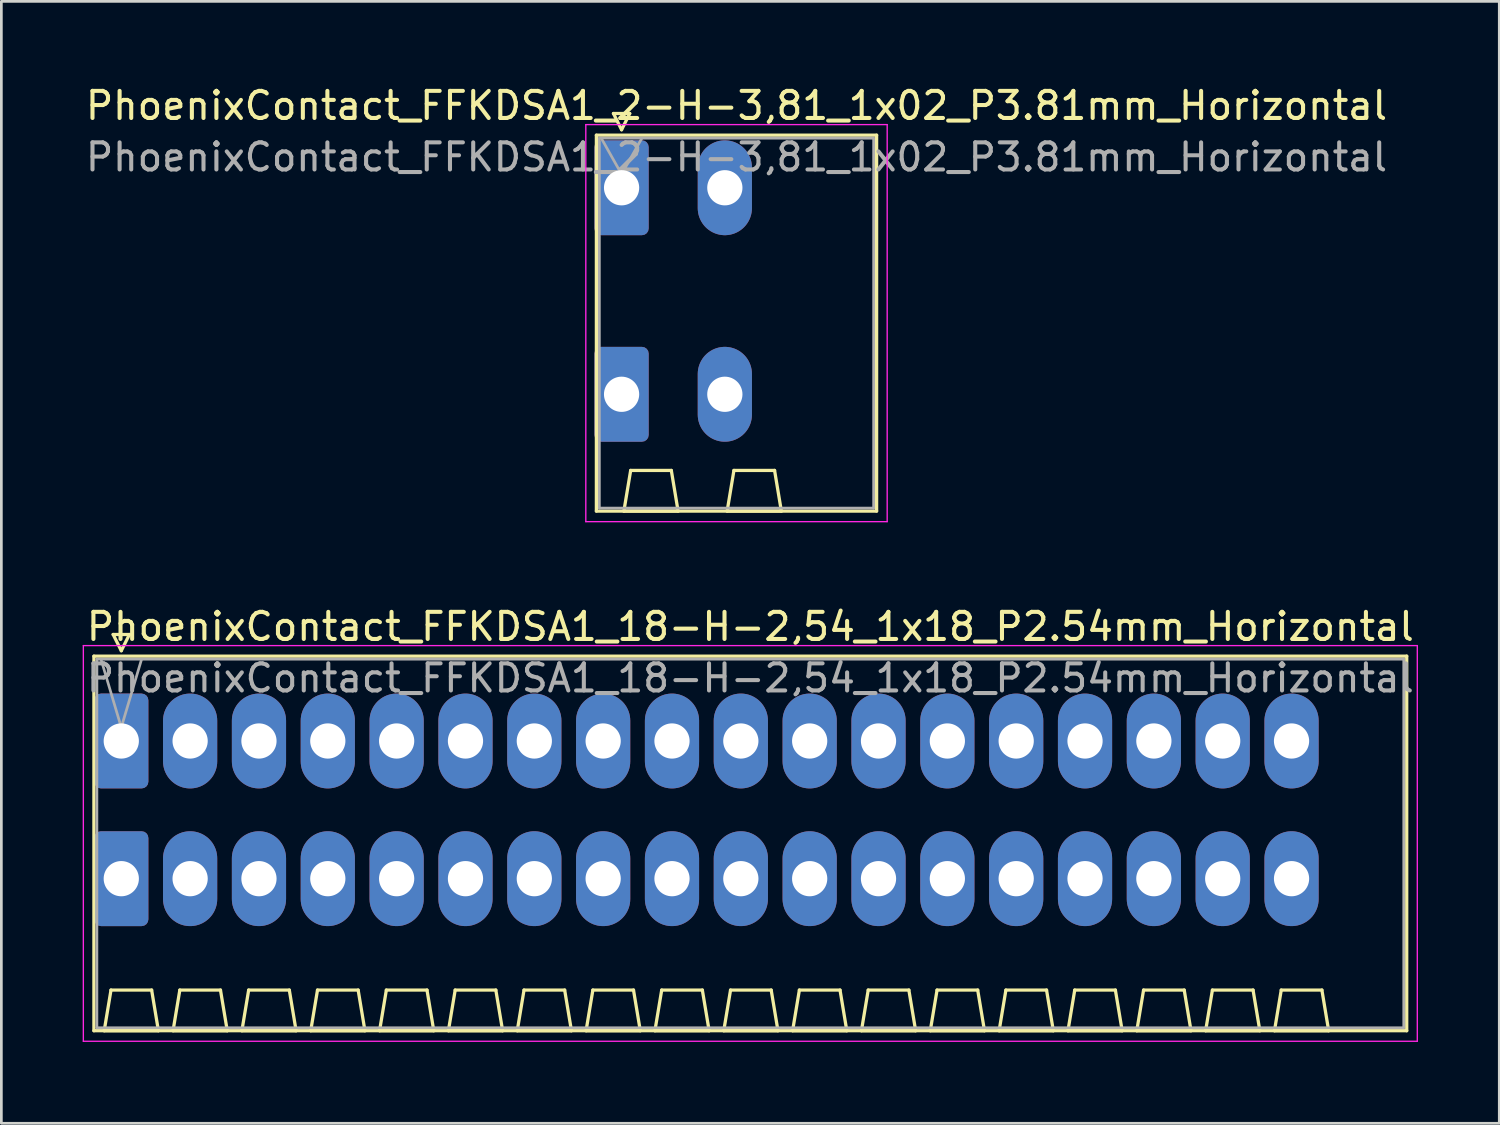
<source format=kicad_pcb>
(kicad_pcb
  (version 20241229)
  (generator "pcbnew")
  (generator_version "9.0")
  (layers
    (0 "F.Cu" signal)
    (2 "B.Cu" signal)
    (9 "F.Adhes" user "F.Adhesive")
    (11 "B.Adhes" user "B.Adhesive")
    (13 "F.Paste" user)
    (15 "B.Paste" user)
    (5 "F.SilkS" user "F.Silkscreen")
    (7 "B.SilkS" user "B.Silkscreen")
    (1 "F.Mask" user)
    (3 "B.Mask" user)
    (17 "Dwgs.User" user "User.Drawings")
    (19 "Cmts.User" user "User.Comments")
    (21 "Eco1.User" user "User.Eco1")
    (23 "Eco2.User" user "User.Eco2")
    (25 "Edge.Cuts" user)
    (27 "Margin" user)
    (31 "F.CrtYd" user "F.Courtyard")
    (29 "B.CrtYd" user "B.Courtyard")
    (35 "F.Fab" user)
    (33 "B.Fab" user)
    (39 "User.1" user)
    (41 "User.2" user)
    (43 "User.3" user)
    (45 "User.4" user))
  (footprint "PhoenixContact_FFKDSA1_2-H-3,81_1x02_P3.81mm_Horizontal"
    (layer "F.Cu")
    (at 19.885 3.878)
    (property "Reference" "PhoenixContact_FFKDSA1_2-H-3,81_1x02_P3.81mm_Horizontal" (at 4.24 -3.03 0) (layer "F.SilkS") (effects (font (size 1 1) (thickness 0.15))))
    (attr through_hole)
    (fp_line (start -0.93 -1.94) (end -0.93 11.93) (stroke (width 0.12) (type solid)) (layer "F.SilkS"))
    (fp_line (start -0.93 11.93) (end 9.41 11.93) (stroke (width 0.12) (type solid)) (layer "F.SilkS"))
    (fp_line (start -0.3 -2.74) (end 0.3 -2.74) (stroke (width 0.12) (type solid)) (layer "F.SilkS"))
    (fp_line (start 0 -2.14) (end -0.3 -2.74) (stroke (width 0.12) (type solid)) (layer "F.SilkS"))
    (fp_line (start 0.085 11.93) (end 2.085 11.93) (stroke (width 0.12) (type solid)) (layer "F.SilkS"))
    (fp_line (start 0.3 -2.74) (end 0 -2.14) (stroke (width 0.12) (type solid)) (layer "F.SilkS"))
    (fp_line (start 0.335 10.43) (end 0.085 11.93) (stroke (width 0.12) (type solid)) (layer "F.SilkS"))
    (fp_line (start 1.835 10.43) (end 0.335 10.43) (stroke (width 0.12) (type solid)) (layer "F.SilkS"))
    (fp_line (start 2.085 11.93) (end 1.835 10.43) (stroke (width 0.12) (type solid)) (layer "F.SilkS"))
    (fp_line (start 3.895 11.93) (end 5.895 11.93) (stroke (width 0.12) (type solid)) (layer "F.SilkS"))
    (fp_line (start 4.145 10.43) (end 3.895 11.93) (stroke (width 0.12) (type solid)) (layer "F.SilkS"))
    (fp_line (start 5.645 10.43) (end 4.145 10.43) (stroke (width 0.12) (type solid)) (layer "F.SilkS"))
    (fp_line (start 5.895 11.93) (end 5.645 10.43) (stroke (width 0.12) (type solid)) (layer "F.SilkS"))
    (fp_line (start 9.41 -1.94) (end -0.93 -1.94) (stroke (width 0.12) (type solid)) (layer "F.SilkS"))
    (fp_line (start 9.41 11.93) (end 9.41 -1.94) (stroke (width 0.12) (type solid)) (layer "F.SilkS"))
    (fp_line (start -1.32 -2.33) (end -1.32 12.32) (stroke (width 0.05) (type solid)) (layer "F.CrtYd"))
    (fp_line (start -1.32 12.32) (end 9.8 12.32) (stroke (width 0.05) (type solid)) (layer "F.CrtYd"))
    (fp_line (start 9.8 -2.33) (end -1.32 -2.33) (stroke (width 0.05) (type solid)) (layer "F.CrtYd"))
    (fp_line (start 9.8 12.32) (end 9.8 -2.33) (stroke (width 0.05) (type solid)) (layer "F.CrtYd"))
    (fp_line (start -0.82 -1.83) (end -0.82 11.82) (stroke (width 0.1) (type solid)) (layer "F.Fab"))
    (fp_line (start -0.82 11.82) (end 9.3 11.82) (stroke (width 0.1) (type solid)) (layer "F.Fab"))
    (fp_line (start 0 -0.5) (end -0.75 -1.83) (stroke (width 0.1) (type solid)) (layer "F.Fab"))
    (fp_line (start 0.75 -1.83) (end 0 -0.5) (stroke (width 0.1) (type solid)) (layer "F.Fab"))
    (fp_line (start 9.3 -1.83) (end -0.82 -1.83) (stroke (width 0.1) (type solid)) (layer "F.Fab"))
    (fp_line (start 9.3 11.82) (end 9.3 -1.83) (stroke (width 0.1) (type solid)) (layer "F.Fab"))
    (fp_text user "${REFERENCE}" (at 4.24 -1.13 0) (layer "F.Fab") (effects (font (size 1 1) (thickness 0.15))))
    (pad "1" thru_hole roundrect (at 0 0) (size 2 3.5) (drill 1.3) (layers "*.Cu" "*.Mask") (roundrect_rratio 0.125))
    (pad "1" thru_hole roundrect (at 0 7.62) (size 2 3.5) (drill 1.3) (layers "*.Cu" "*.Mask") (roundrect_rratio 0.125))
    (pad "2" thru_hole oval (at 3.81 0) (size 2 3.5) (drill 1.3) (layers "*.Cu" "*.Mask"))
    (pad "2" thru_hole oval (at 3.81 7.62) (size 2 3.5) (drill 1.3) (layers "*.Cu" "*.Mask")))
  (footprint "PhoenixContact_FFKDSA1_18-H-2,54_1x18_P2.54mm_Horizontal"
    (layer "F.Cu")
    (at 1.425 24.291)
    (property "Reference" "PhoenixContact_FFKDSA1_18-H-2,54_1x18_P2.54mm_Horizontal" (at 23.21 -4.22 0) (layer "F.SilkS") (effects (font (size 1 1) (thickness 0.15))))
    (attr through_hole)
    (fp_line (start -1.01 -3.13) (end -1.01 10.69) (stroke (width 0.12) (type solid)) (layer "F.SilkS"))
    (fp_line (start -1.01 10.69) (end 47.43 10.69) (stroke (width 0.12) (type solid)) (layer "F.SilkS"))
    (fp_line (start -0.63 10.69) (end 1.37 10.69) (stroke (width 0.12) (type solid)) (layer "F.SilkS"))
    (fp_line (start -0.38 9.19) (end -0.63 10.69) (stroke (width 0.12) (type solid)) (layer "F.SilkS"))
    (fp_line (start -0.3 -3.93) (end 0.3 -3.93) (stroke (width 0.12) (type solid)) (layer "F.SilkS"))
    (fp_line (start 0 -3.33) (end -0.3 -3.93) (stroke (width 0.12) (type solid)) (layer "F.SilkS"))
    (fp_line (start 0.3 -3.93) (end 0 -3.33) (stroke (width 0.12) (type solid)) (layer "F.SilkS"))
    (fp_line (start 1.12 9.19) (end -0.38 9.19) (stroke (width 0.12) (type solid)) (layer "F.SilkS"))
    (fp_line (start 1.37 10.69) (end 1.12 9.19) (stroke (width 0.12) (type solid)) (layer "F.SilkS"))
    (fp_line (start 1.91 10.69) (end 3.91 10.69) (stroke (width 0.12) (type solid)) (layer "F.SilkS"))
    (fp_line (start 2.16 9.19) (end 1.91 10.69) (stroke (width 0.12) (type solid)) (layer "F.SilkS"))
    (fp_line (start 3.66 9.19) (end 2.16 9.19) (stroke (width 0.12) (type solid)) (layer "F.SilkS"))
    (fp_line (start 3.91 10.69) (end 3.66 9.19) (stroke (width 0.12) (type solid)) (layer "F.SilkS"))
    (fp_line (start 4.45 10.69) (end 6.45 10.69) (stroke (width 0.12) (type solid)) (layer "F.SilkS"))
    (fp_line (start 4.7 9.19) (end 4.45 10.69) (stroke (width 0.12) (type solid)) (layer "F.SilkS"))
    (fp_line (start 6.2 9.19) (end 4.7 9.19) (stroke (width 0.12) (type solid)) (layer "F.SilkS"))
    (fp_line (start 6.45 10.69) (end 6.2 9.19) (stroke (width 0.12) (type solid)) (layer "F.SilkS"))
    (fp_line (start 6.99 10.69) (end 8.99 10.69) (stroke (width 0.12) (type solid)) (layer "F.SilkS"))
    (fp_line (start 7.24 9.19) (end 6.99 10.69) (stroke (width 0.12) (type solid)) (layer "F.SilkS"))
    (fp_line (start 8.74 9.19) (end 7.24 9.19) (stroke (width 0.12) (type solid)) (layer "F.SilkS"))
    (fp_line (start 8.99 10.69) (end 8.74 9.19) (stroke (width 0.12) (type solid)) (layer "F.SilkS"))
    (fp_line (start 9.53 10.69) (end 11.53 10.69) (stroke (width 0.12) (type solid)) (layer "F.SilkS"))
    (fp_line (start 9.78 9.19) (end 9.53 10.69) (stroke (width 0.12) (type solid)) (layer "F.SilkS"))
    (fp_line (start 11.28 9.19) (end 9.78 9.19) (stroke (width 0.12) (type solid)) (layer "F.SilkS"))
    (fp_line (start 11.53 10.69) (end 11.28 9.19) (stroke (width 0.12) (type solid)) (layer "F.SilkS"))
    (fp_line (start 12.07 10.69) (end 14.07 10.69) (stroke (width 0.12) (type solid)) (layer "F.SilkS"))
    (fp_line (start 12.32 9.19) (end 12.07 10.69) (stroke (width 0.12) (type solid)) (layer "F.SilkS"))
    (fp_line (start 13.82 9.19) (end 12.32 9.19) (stroke (width 0.12) (type solid)) (layer "F.SilkS"))
    (fp_line (start 14.07 10.69) (end 13.82 9.19) (stroke (width 0.12) (type solid)) (layer "F.SilkS"))
    (fp_line (start 14.61 10.69) (end 16.61 10.69) (stroke (width 0.12) (type solid)) (layer "F.SilkS"))
    (fp_line (start 14.86 9.19) (end 14.61 10.69) (stroke (width 0.12) (type solid)) (layer "F.SilkS"))
    (fp_line (start 16.36 9.19) (end 14.86 9.19) (stroke (width 0.12) (type solid)) (layer "F.SilkS"))
    (fp_line (start 16.61 10.69) (end 16.36 9.19) (stroke (width 0.12) (type solid)) (layer "F.SilkS"))
    (fp_line (start 17.15 10.69) (end 19.15 10.69) (stroke (width 0.12) (type solid)) (layer "F.SilkS"))
    (fp_line (start 17.4 9.19) (end 17.15 10.69) (stroke (width 0.12) (type solid)) (layer "F.SilkS"))
    (fp_line (start 18.9 9.19) (end 17.4 9.19) (stroke (width 0.12) (type solid)) (layer "F.SilkS"))
    (fp_line (start 19.15 10.69) (end 18.9 9.19) (stroke (width 0.12) (type solid)) (layer "F.SilkS"))
    (fp_line (start 19.69 10.69) (end 21.69 10.69) (stroke (width 0.12) (type solid)) (layer "F.SilkS"))
    (fp_line (start 19.94 9.19) (end 19.69 10.69) (stroke (width 0.12) (type solid)) (layer "F.SilkS"))
    (fp_line (start 21.44 9.19) (end 19.94 9.19) (stroke (width 0.12) (type solid)) (layer "F.SilkS"))
    (fp_line (start 21.69 10.69) (end 21.44 9.19) (stroke (width 0.12) (type solid)) (layer "F.SilkS"))
    (fp_line (start 22.23 10.69) (end 24.23 10.69) (stroke (width 0.12) (type solid)) (layer "F.SilkS"))
    (fp_line (start 22.48 9.19) (end 22.23 10.69) (stroke (width 0.12) (type solid)) (layer "F.SilkS"))
    (fp_line (start 23.98 9.19) (end 22.48 9.19) (stroke (width 0.12) (type solid)) (layer "F.SilkS"))
    (fp_line (start 24.23 10.69) (end 23.98 9.19) (stroke (width 0.12) (type solid)) (layer "F.SilkS"))
    (fp_line (start 24.77 10.69) (end 26.77 10.69) (stroke (width 0.12) (type solid)) (layer "F.SilkS"))
    (fp_line (start 25.02 9.19) (end 24.77 10.69) (stroke (width 0.12) (type solid)) (layer "F.SilkS"))
    (fp_line (start 26.52 9.19) (end 25.02 9.19) (stroke (width 0.12) (type solid)) (layer "F.SilkS"))
    (fp_line (start 26.77 10.69) (end 26.52 9.19) (stroke (width 0.12) (type solid)) (layer "F.SilkS"))
    (fp_line (start 27.31 10.69) (end 29.31 10.69) (stroke (width 0.12) (type solid)) (layer "F.SilkS"))
    (fp_line (start 27.56 9.19) (end 27.31 10.69) (stroke (width 0.12) (type solid)) (layer "F.SilkS"))
    (fp_line (start 29.06 9.19) (end 27.56 9.19) (stroke (width 0.12) (type solid)) (layer "F.SilkS"))
    (fp_line (start 29.31 10.69) (end 29.06 9.19) (stroke (width 0.12) (type solid)) (layer "F.SilkS"))
    (fp_line (start 29.85 10.69) (end 31.85 10.69) (stroke (width 0.12) (type solid)) (layer "F.SilkS"))
    (fp_line (start 30.1 9.19) (end 29.85 10.69) (stroke (width 0.12) (type solid)) (layer "F.SilkS"))
    (fp_line (start 31.6 9.19) (end 30.1 9.19) (stroke (width 0.12) (type solid)) (layer "F.SilkS"))
    (fp_line (start 31.85 10.69) (end 31.6 9.19) (stroke (width 0.12) (type solid)) (layer "F.SilkS"))
    (fp_line (start 32.39 10.69) (end 34.39 10.69) (stroke (width 0.12) (type solid)) (layer "F.SilkS"))
    (fp_line (start 32.64 9.19) (end 32.39 10.69) (stroke (width 0.12) (type solid)) (layer "F.SilkS"))
    (fp_line (start 34.14 9.19) (end 32.64 9.19) (stroke (width 0.12) (type solid)) (layer "F.SilkS"))
    (fp_line (start 34.39 10.69) (end 34.14 9.19) (stroke (width 0.12) (type solid)) (layer "F.SilkS"))
    (fp_line (start 34.93 10.69) (end 36.93 10.69) (stroke (width 0.12) (type solid)) (layer "F.SilkS"))
    (fp_line (start 35.18 9.19) (end 34.93 10.69) (stroke (width 0.12) (type solid)) (layer "F.SilkS"))
    (fp_line (start 36.68 9.19) (end 35.18 9.19) (stroke (width 0.12) (type solid)) (layer "F.SilkS"))
    (fp_line (start 36.93 10.69) (end 36.68 9.19) (stroke (width 0.12) (type solid)) (layer "F.SilkS"))
    (fp_line (start 37.47 10.69) (end 39.47 10.69) (stroke (width 0.12) (type solid)) (layer "F.SilkS"))
    (fp_line (start 37.72 9.19) (end 37.47 10.69) (stroke (width 0.12) (type solid)) (layer "F.SilkS"))
    (fp_line (start 39.22 9.19) (end 37.72 9.19) (stroke (width 0.12) (type solid)) (layer "F.SilkS"))
    (fp_line (start 39.47 10.69) (end 39.22 9.19) (stroke (width 0.12) (type solid)) (layer "F.SilkS"))
    (fp_line (start 40.01 10.69) (end 42.01 10.69) (stroke (width 0.12) (type solid)) (layer "F.SilkS"))
    (fp_line (start 40.26 9.19) (end 40.01 10.69) (stroke (width 0.12) (type solid)) (layer "F.SilkS"))
    (fp_line (start 41.76 9.19) (end 40.26 9.19) (stroke (width 0.12) (type solid)) (layer "F.SilkS"))
    (fp_line (start 42.01 10.69) (end 41.76 9.19) (stroke (width 0.12) (type solid)) (layer "F.SilkS"))
    (fp_line (start 42.55 10.69) (end 44.55 10.69) (stroke (width 0.12) (type solid)) (layer "F.SilkS"))
    (fp_line (start 42.8 9.19) (end 42.55 10.69) (stroke (width 0.12) (type solid)) (layer "F.SilkS"))
    (fp_line (start 44.3 9.19) (end 42.8 9.19) (stroke (width 0.12) (type solid)) (layer "F.SilkS"))
    (fp_line (start 44.55 10.69) (end 44.3 9.19) (stroke (width 0.12) (type solid)) (layer "F.SilkS"))
    (fp_line (start 47.43 -3.13) (end -1.01 -3.13) (stroke (width 0.12) (type solid)) (layer "F.SilkS"))
    (fp_line (start 47.43 10.69) (end 47.43 -3.13) (stroke (width 0.12) (type solid)) (layer "F.SilkS"))
    (fp_line (start -1.4 -3.52) (end -1.4 11.08) (stroke (width 0.05) (type solid)) (layer "F.CrtYd"))
    (fp_line (start -1.4 11.08) (end 47.82 11.08) (stroke (width 0.05) (type solid)) (layer "F.CrtYd"))
    (fp_line (start 47.82 -3.52) (end -1.4 -3.52) (stroke (width 0.05) (type solid)) (layer "F.CrtYd"))
    (fp_line (start 47.82 11.08) (end 47.82 -3.52) (stroke (width 0.05) (type solid)) (layer "F.CrtYd"))
    (fp_line (start -0.9 -3.02) (end -0.9 10.58) (stroke (width 0.1) (type solid)) (layer "F.Fab"))
    (fp_line (start -0.9 10.58) (end 47.32 10.58) (stroke (width 0.1) (type solid)) (layer "F.Fab"))
    (fp_line (start 0 -0.5) (end -0.75 -3.02) (stroke (width 0.1) (type solid)) (layer "F.Fab"))
    (fp_line (start 0.75 -3.02) (end 0 -0.5) (stroke (width 0.1) (type solid)) (layer "F.Fab"))
    (fp_line (start 47.32 -3.02) (end -0.9 -3.02) (stroke (width 0.1) (type solid)) (layer "F.Fab"))
    (fp_line (start 47.32 10.58) (end 47.32 -3.02) (stroke (width 0.1) (type solid)) (layer "F.Fab"))
    (fp_text user "${REFERENCE}" (at 23.21 -2.32 0) (layer "F.Fab") (effects (font (size 1 1) (thickness 0.15))))
    (pad "1" thru_hole roundrect (at 0 0) (size 2 3.5) (drill 1.3) (layers "*.Cu" "*.Mask") (roundrect_rratio 0.125))
    (pad "1" thru_hole roundrect (at 0 5.08) (size 2 3.5) (drill 1.3) (layers "*.Cu" "*.Mask") (roundrect_rratio 0.125))
    (pad "2" thru_hole oval (at 2.54 0) (size 2 3.5) (drill 1.3) (layers "*.Cu" "*.Mask"))
    (pad "2" thru_hole oval (at 2.54 5.08) (size 2 3.5) (drill 1.3) (layers "*.Cu" "*.Mask"))
    (pad "3" thru_hole oval (at 5.08 0) (size 2 3.5) (drill 1.3) (layers "*.Cu" "*.Mask"))
    (pad "3" thru_hole oval (at 5.08 5.08) (size 2 3.5) (drill 1.3) (layers "*.Cu" "*.Mask"))
    (pad "4" thru_hole oval (at 7.62 0) (size 2 3.5) (drill 1.3) (layers "*.Cu" "*.Mask"))
    (pad "4" thru_hole oval (at 7.62 5.08) (size 2 3.5) (drill 1.3) (layers "*.Cu" "*.Mask"))
    (pad "5" thru_hole oval (at 10.16 0) (size 2 3.5) (drill 1.3) (layers "*.Cu" "*.Mask"))
    (pad "5" thru_hole oval (at 10.16 5.08) (size 2 3.5) (drill 1.3) (layers "*.Cu" "*.Mask"))
    (pad "6" thru_hole oval (at 12.7 0) (size 2 3.5) (drill 1.3) (layers "*.Cu" "*.Mask"))
    (pad "6" thru_hole oval (at 12.7 5.08) (size 2 3.5) (drill 1.3) (layers "*.Cu" "*.Mask"))
    (pad "7" thru_hole oval (at 15.24 0) (size 2 3.5) (drill 1.3) (layers "*.Cu" "*.Mask"))
    (pad "7" thru_hole oval (at 15.24 5.08) (size 2 3.5) (drill 1.3) (layers "*.Cu" "*.Mask"))
    (pad "8" thru_hole oval (at 17.78 0) (size 2 3.5) (drill 1.3) (layers "*.Cu" "*.Mask"))
    (pad "8" thru_hole oval (at 17.78 5.08) (size 2 3.5) (drill 1.3) (layers "*.Cu" "*.Mask"))
    (pad "9" thru_hole oval (at 20.32 0) (size 2 3.5) (drill 1.3) (layers "*.Cu" "*.Mask"))
    (pad "9" thru_hole oval (at 20.32 5.08) (size 2 3.5) (drill 1.3) (layers "*.Cu" "*.Mask"))
    (pad "10" thru_hole oval (at 22.86 0) (size 2 3.5) (drill 1.3) (layers "*.Cu" "*.Mask"))
    (pad "10" thru_hole oval (at 22.86 5.08) (size 2 3.5) (drill 1.3) (layers "*.Cu" "*.Mask"))
    (pad "11" thru_hole oval (at 25.4 0) (size 2 3.5) (drill 1.3) (layers "*.Cu" "*.Mask"))
    (pad "11" thru_hole oval (at 25.4 5.08) (size 2 3.5) (drill 1.3) (layers "*.Cu" "*.Mask"))
    (pad "12" thru_hole oval (at 27.94 0) (size 2 3.5) (drill 1.3) (layers "*.Cu" "*.Mask"))
    (pad "12" thru_hole oval (at 27.94 5.08) (size 2 3.5) (drill 1.3) (layers "*.Cu" "*.Mask"))
    (pad "13" thru_hole oval (at 30.48 0) (size 2 3.5) (drill 1.3) (layers "*.Cu" "*.Mask"))
    (pad "13" thru_hole oval (at 30.48 5.08) (size 2 3.5) (drill 1.3) (layers "*.Cu" "*.Mask"))
    (pad "14" thru_hole oval (at 33.02 0) (size 2 3.5) (drill 1.3) (layers "*.Cu" "*.Mask"))
    (pad "14" thru_hole oval (at 33.02 5.08) (size 2 3.5) (drill 1.3) (layers "*.Cu" "*.Mask"))
    (pad "15" thru_hole oval (at 35.56 0) (size 2 3.5) (drill 1.3) (layers "*.Cu" "*.Mask"))
    (pad "15" thru_hole oval (at 35.56 5.08) (size 2 3.5) (drill 1.3) (layers "*.Cu" "*.Mask"))
    (pad "16" thru_hole oval (at 38.1 0) (size 2 3.5) (drill 1.3) (layers "*.Cu" "*.Mask"))
    (pad "16" thru_hole oval (at 38.1 5.08) (size 2 3.5) (drill 1.3) (layers "*.Cu" "*.Mask"))
    (pad "17" thru_hole oval (at 40.64 0) (size 2 3.5) (drill 1.3) (layers "*.Cu" "*.Mask"))
    (pad "17" thru_hole oval (at 40.64 5.08) (size 2 3.5) (drill 1.3) (layers "*.Cu" "*.Mask"))
    (pad "18" thru_hole oval (at 43.18 0) (size 2 3.5) (drill 1.3) (layers "*.Cu" "*.Mask"))
    (pad "18" thru_hole oval (at 43.18 5.08) (size 2 3.5) (drill 1.3) (layers "*.Cu" "*.Mask")))
  (gr_rect
    (start -3 -3)
    (end 52.27 38.397)
    (stroke (width 0.1) (type default))
    (fill no)
    (layer "Edge.Cuts")))
</source>
